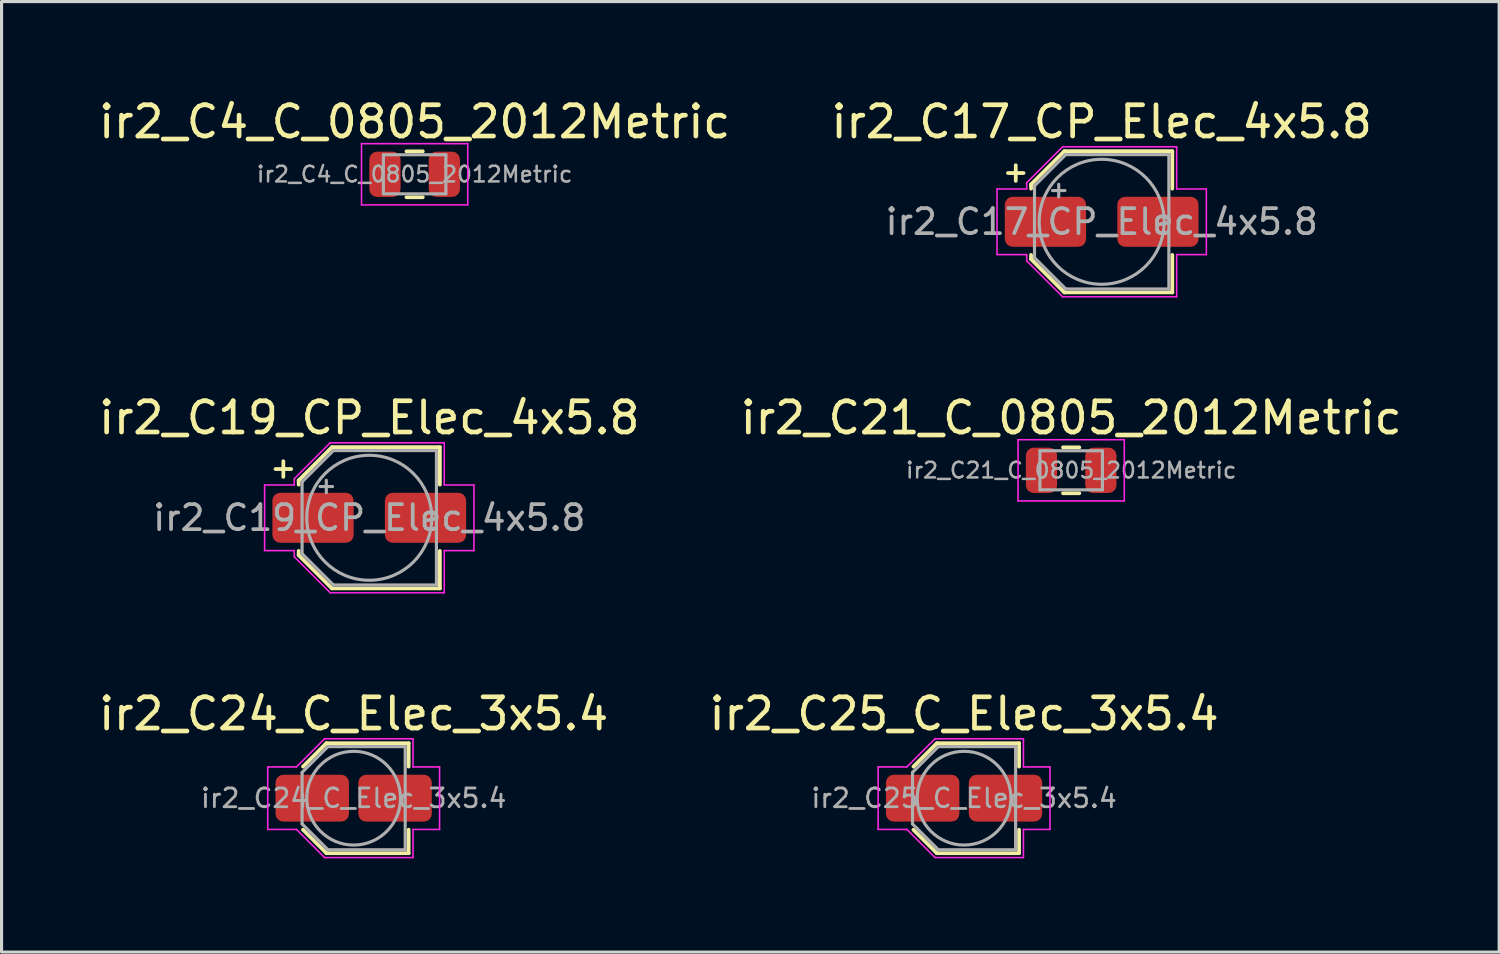
<source format=kicad_pcb>
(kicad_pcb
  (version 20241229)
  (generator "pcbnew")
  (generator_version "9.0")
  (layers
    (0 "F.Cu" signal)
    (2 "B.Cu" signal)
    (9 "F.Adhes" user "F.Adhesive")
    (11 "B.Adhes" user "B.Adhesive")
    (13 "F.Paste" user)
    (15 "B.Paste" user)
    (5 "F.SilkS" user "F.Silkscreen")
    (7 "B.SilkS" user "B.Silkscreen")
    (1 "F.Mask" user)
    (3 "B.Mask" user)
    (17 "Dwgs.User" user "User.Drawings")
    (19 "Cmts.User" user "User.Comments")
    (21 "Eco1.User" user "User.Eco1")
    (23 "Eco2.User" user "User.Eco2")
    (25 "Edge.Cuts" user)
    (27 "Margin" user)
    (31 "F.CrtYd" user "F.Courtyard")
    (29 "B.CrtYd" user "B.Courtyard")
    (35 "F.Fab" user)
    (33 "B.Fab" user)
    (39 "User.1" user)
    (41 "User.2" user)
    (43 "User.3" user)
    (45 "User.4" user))
  (footprint "ir2_C25_C_Elec_3x5.4"
    (layer "F.Cu")
    (at 27.804 22.495)
    (property "Reference" "ir2_C25_C_Elec_3x5.4" (at 0 -2.7 0) (layer "F.SilkS") (effects (font (size 1 1) (thickness 0.15))))
    (attr smd)
    (fp_line (start -1.621 -1.01) (end -0.871 -1.76) (stroke (width 0.12) (type solid)) (layer "F.SilkS"))
    (fp_line (start -1.621 1.01) (end -0.871 1.76) (stroke (width 0.12) (type solid)) (layer "F.SilkS"))
    (fp_line (start -0.871 -1.76) (end 1.76 -1.76) (stroke (width 0.12) (type solid)) (layer "F.SilkS"))
    (fp_line (start -0.871 1.76) (end 1.76 1.76) (stroke (width 0.12) (type solid)) (layer "F.SilkS"))
    (fp_line (start 1.76 -1.76) (end 1.76 -1.01) (stroke (width 0.12) (type solid)) (layer "F.SilkS"))
    (fp_line (start 1.76 1.76) (end 1.76 1.01) (stroke (width 0.12) (type solid)) (layer "F.SilkS"))
    (fp_line (start -2.75 -1) (end -2.75 1) (stroke (width 0.05) (type solid)) (layer "F.CrtYd"))
    (fp_line (start -2.75 1) (end -1.83 1) (stroke (width 0.05) (type solid)) (layer "F.CrtYd"))
    (fp_line (start -1.83 -1) (end -2.75 -1) (stroke (width 0.05) (type solid)) (layer "F.CrtYd"))
    (fp_line (start -1.83 -1) (end -0.93 -1.9) (stroke (width 0.05) (type solid)) (layer "F.CrtYd"))
    (fp_line (start -1.83 1) (end -0.93 1.9) (stroke (width 0.05) (type solid)) (layer "F.CrtYd"))
    (fp_line (start -0.93 -1.9) (end 1.9 -1.9) (stroke (width 0.05) (type solid)) (layer "F.CrtYd"))
    (fp_line (start -0.93 1.9) (end 1.9 1.9) (stroke (width 0.05) (type solid)) (layer "F.CrtYd"))
    (fp_line (start 1.9 -1.9) (end 1.9 -1) (stroke (width 0.05) (type solid)) (layer "F.CrtYd"))
    (fp_line (start 1.9 -1) (end 2.75 -1) (stroke (width 0.05) (type solid)) (layer "F.CrtYd"))
    (fp_line (start 1.9 1) (end 1.9 1.9) (stroke (width 0.05) (type solid)) (layer "F.CrtYd"))
    (fp_line (start 2.75 -1) (end 2.75 1) (stroke (width 0.05) (type solid)) (layer "F.CrtYd"))
    (fp_line (start 2.75 1) (end 1.9 1) (stroke (width 0.05) (type solid)) (layer "F.CrtYd"))
    (fp_line (start -1.65 -0.825) (end -1.65 0.825) (stroke (width 0.1) (type solid)) (layer "F.Fab"))
    (fp_line (start -1.65 -0.825) (end -0.825 -1.65) (stroke (width 0.1) (type solid)) (layer "F.Fab"))
    (fp_line (start -1.65 0.825) (end -0.825 1.65) (stroke (width 0.1) (type solid)) (layer "F.Fab"))
    (fp_line (start -0.825 -1.65) (end 1.65 -1.65) (stroke (width 0.1) (type solid)) (layer "F.Fab"))
    (fp_line (start -0.825 1.65) (end 1.65 1.65) (stroke (width 0.1) (type solid)) (layer "F.Fab"))
    (fp_line (start 1.65 -1.65) (end 1.65 1.65) (stroke (width 0.1) (type solid)) (layer "F.Fab"))
    (fp_circle (center 0 0) (end 1.5 0) (stroke (width 0.1) (type solid)) (fill no) (layer "F.Fab"))
    (fp_text user "${REFERENCE}" (at 0 0 0) (layer "F.Fab") (effects (font (size 0.6 0.6) (thickness 0.09))))
    (pad "1" smd roundrect (at -1.325 0) (size 2.35 1.5) (layers "F.Cu" "F.Mask" "F.Paste") (roundrect_rratio 0.167))
    (pad "2" smd roundrect (at 1.325 0) (size 2.35 1.5) (layers "F.Cu" "F.Mask" "F.Paste") (roundrect_rratio 0.167)))
  (footprint "ir2_C21_C_0805_2012Metric"
    (layer "F.Cu")
    (at 31.232 12.002)
    (property "Reference" "ir2_C21_C_0805_2012Metric" (at 0 -1.68 0) (layer "F.SilkS") (effects (font (size 1 1) (thickness 0.15))))
    (attr smd)
    (fp_line (start -0.261 -0.735) (end 0.261 -0.735) (stroke (width 0.12) (type solid)) (layer "F.SilkS"))
    (fp_line (start -0.261 0.735) (end 0.261 0.735) (stroke (width 0.12) (type solid)) (layer "F.SilkS"))
    (fp_line (start -1.7 -0.98) (end 1.7 -0.98) (stroke (width 0.05) (type solid)) (layer "F.CrtYd"))
    (fp_line (start -1.7 0.98) (end -1.7 -0.98) (stroke (width 0.05) (type solid)) (layer "F.CrtYd"))
    (fp_line (start 1.7 -0.98) (end 1.7 0.98) (stroke (width 0.05) (type solid)) (layer "F.CrtYd"))
    (fp_line (start 1.7 0.98) (end -1.7 0.98) (stroke (width 0.05) (type solid)) (layer "F.CrtYd"))
    (fp_line (start -1 -0.625) (end 1 -0.625) (stroke (width 0.1) (type solid)) (layer "F.Fab"))
    (fp_line (start -1 0.625) (end -1 -0.625) (stroke (width 0.1) (type solid)) (layer "F.Fab"))
    (fp_line (start 1 -0.625) (end 1 0.625) (stroke (width 0.1) (type solid)) (layer "F.Fab"))
    (fp_line (start 1 0.625) (end -1 0.625) (stroke (width 0.1) (type solid)) (layer "F.Fab"))
    (fp_text user "${REFERENCE}" (at 0 0 0) (layer "F.Fab") (effects (font (size 0.5 0.5) (thickness 0.08))))
    (pad "1" smd roundrect (at -0.95 0) (size 1 1.45) (layers "F.Cu" "F.Mask" "F.Paste") (roundrect_rratio 0.25))
    (pad "2" smd roundrect (at 0.95 0) (size 1 1.45) (layers "F.Cu" "F.Mask" "F.Paste") (roundrect_rratio 0.25)))
  (footprint "ir2_C19_CP_Elec_4x5.8"
    (layer "F.Cu")
    (at 8.768 13.521)
    (property "Reference" "ir2_C19_CP_Elec_4x5.8" (at 0 -3.2 0) (layer "F.SilkS") (effects (font (size 1 1) (thickness 0.15))))
    (attr smd)
    (fp_line (start -3 -1.56) (end -2.5 -1.56) (stroke (width 0.12) (type solid)) (layer "F.SilkS"))
    (fp_line (start -2.75 -1.81) (end -2.75 -1.31) (stroke (width 0.12) (type solid)) (layer "F.SilkS"))
    (fp_line (start -2.26 -1.196) (end -2.26 -1.06) (stroke (width 0.12) (type solid)) (layer "F.SilkS"))
    (fp_line (start -2.26 -1.196) (end -1.196 -2.26) (stroke (width 0.12) (type solid)) (layer "F.SilkS"))
    (fp_line (start -2.26 1.196) (end -2.26 1.06) (stroke (width 0.12) (type solid)) (layer "F.SilkS"))
    (fp_line (start -2.26 1.196) (end -1.196 2.26) (stroke (width 0.12) (type solid)) (layer "F.SilkS"))
    (fp_line (start -1.196 -2.26) (end 2.26 -2.26) (stroke (width 0.12) (type solid)) (layer "F.SilkS"))
    (fp_line (start -1.196 2.26) (end 2.26 2.26) (stroke (width 0.12) (type solid)) (layer "F.SilkS"))
    (fp_line (start 2.26 -2.26) (end 2.26 -1.06) (stroke (width 0.12) (type solid)) (layer "F.SilkS"))
    (fp_line (start 2.26 2.26) (end 2.26 1.06) (stroke (width 0.12) (type solid)) (layer "F.SilkS"))
    (fp_line (start -3.35 -1.05) (end -3.35 1.05) (stroke (width 0.05) (type solid)) (layer "F.CrtYd"))
    (fp_line (start -3.35 1.05) (end -2.4 1.05) (stroke (width 0.05) (type solid)) (layer "F.CrtYd"))
    (fp_line (start -2.4 -1.25) (end -2.4 -1.05) (stroke (width 0.05) (type solid)) (layer "F.CrtYd"))
    (fp_line (start -2.4 -1.25) (end -1.25 -2.4) (stroke (width 0.05) (type solid)) (layer "F.CrtYd"))
    (fp_line (start -2.4 -1.05) (end -3.35 -1.05) (stroke (width 0.05) (type solid)) (layer "F.CrtYd"))
    (fp_line (start -2.4 1.05) (end -2.4 1.25) (stroke (width 0.05) (type solid)) (layer "F.CrtYd"))
    (fp_line (start -2.4 1.25) (end -1.25 2.4) (stroke (width 0.05) (type solid)) (layer "F.CrtYd"))
    (fp_line (start -1.25 -2.4) (end 2.4 -2.4) (stroke (width 0.05) (type solid)) (layer "F.CrtYd"))
    (fp_line (start -1.25 2.4) (end 2.4 2.4) (stroke (width 0.05) (type solid)) (layer "F.CrtYd"))
    (fp_line (start 2.4 -2.4) (end 2.4 -1.05) (stroke (width 0.05) (type solid)) (layer "F.CrtYd"))
    (fp_line (start 2.4 -1.05) (end 3.35 -1.05) (stroke (width 0.05) (type solid)) (layer "F.CrtYd"))
    (fp_line (start 2.4 1.05) (end 2.4 2.4) (stroke (width 0.05) (type solid)) (layer "F.CrtYd"))
    (fp_line (start 3.35 -1.05) (end 3.35 1.05) (stroke (width 0.05) (type solid)) (layer "F.CrtYd"))
    (fp_line (start 3.35 1.05) (end 2.4 1.05) (stroke (width 0.05) (type solid)) (layer "F.CrtYd"))
    (fp_line (start -2.15 -1.15) (end -2.15 1.15) (stroke (width 0.1) (type solid)) (layer "F.Fab"))
    (fp_line (start -2.15 -1.15) (end -1.15 -2.15) (stroke (width 0.1) (type solid)) (layer "F.Fab"))
    (fp_line (start -2.15 1.15) (end -1.15 2.15) (stroke (width 0.1) (type solid)) (layer "F.Fab"))
    (fp_line (start -1.575 -1) (end -1.175 -1) (stroke (width 0.1) (type solid)) (layer "F.Fab"))
    (fp_line (start -1.375 -1.2) (end -1.375 -0.8) (stroke (width 0.1) (type solid)) (layer "F.Fab"))
    (fp_line (start -1.15 -2.15) (end 2.15 -2.15) (stroke (width 0.1) (type solid)) (layer "F.Fab"))
    (fp_line (start -1.15 2.15) (end 2.15 2.15) (stroke (width 0.1) (type solid)) (layer "F.Fab"))
    (fp_line (start 2.15 -2.15) (end 2.15 2.15) (stroke (width 0.1) (type solid)) (layer "F.Fab"))
    (fp_circle (center 0 0) (end 2 0) (stroke (width 0.1) (type solid)) (fill no) (layer "F.Fab"))
    (fp_text user "${REFERENCE}" (at 0 0 0) (layer "F.Fab") (effects (font (size 0.8 0.8) (thickness 0.12))))
    (pad "1" smd roundrect (at -1.8 0) (size 2.6 1.6) (layers "F.Cu" "F.Mask" "F.Paste") (roundrect_rratio 0.156))
    (pad "2" smd roundrect (at 1.8 0) (size 2.6 1.6) (layers "F.Cu" "F.Mask" "F.Paste") (roundrect_rratio 0.156)))
  (footprint "ir2_C17_CP_Elec_4x5.8"
    (layer "F.Cu")
    (at 32.208 4.048)
    (property "Reference" "ir2_C17_CP_Elec_4x5.8" (at 0 -3.2 0) (layer "F.SilkS") (effects (font (size 1 1) (thickness 0.15))))
    (attr smd)
    (fp_line (start -3 -1.56) (end -2.5 -1.56) (stroke (width 0.12) (type solid)) (layer "F.SilkS"))
    (fp_line (start -2.75 -1.81) (end -2.75 -1.31) (stroke (width 0.12) (type solid)) (layer "F.SilkS"))
    (fp_line (start -2.26 -1.196) (end -2.26 -1.06) (stroke (width 0.12) (type solid)) (layer "F.SilkS"))
    (fp_line (start -2.26 -1.196) (end -1.196 -2.26) (stroke (width 0.12) (type solid)) (layer "F.SilkS"))
    (fp_line (start -2.26 1.196) (end -2.26 1.06) (stroke (width 0.12) (type solid)) (layer "F.SilkS"))
    (fp_line (start -2.26 1.196) (end -1.196 2.26) (stroke (width 0.12) (type solid)) (layer "F.SilkS"))
    (fp_line (start -1.196 -2.26) (end 2.26 -2.26) (stroke (width 0.12) (type solid)) (layer "F.SilkS"))
    (fp_line (start -1.196 2.26) (end 2.26 2.26) (stroke (width 0.12) (type solid)) (layer "F.SilkS"))
    (fp_line (start 2.26 -2.26) (end 2.26 -1.06) (stroke (width 0.12) (type solid)) (layer "F.SilkS"))
    (fp_line (start 2.26 2.26) (end 2.26 1.06) (stroke (width 0.12) (type solid)) (layer "F.SilkS"))
    (fp_line (start -3.35 -1.05) (end -3.35 1.05) (stroke (width 0.05) (type solid)) (layer "F.CrtYd"))
    (fp_line (start -3.35 1.05) (end -2.4 1.05) (stroke (width 0.05) (type solid)) (layer "F.CrtYd"))
    (fp_line (start -2.4 -1.25) (end -2.4 -1.05) (stroke (width 0.05) (type solid)) (layer "F.CrtYd"))
    (fp_line (start -2.4 -1.25) (end -1.25 -2.4) (stroke (width 0.05) (type solid)) (layer "F.CrtYd"))
    (fp_line (start -2.4 -1.05) (end -3.35 -1.05) (stroke (width 0.05) (type solid)) (layer "F.CrtYd"))
    (fp_line (start -2.4 1.05) (end -2.4 1.25) (stroke (width 0.05) (type solid)) (layer "F.CrtYd"))
    (fp_line (start -2.4 1.25) (end -1.25 2.4) (stroke (width 0.05) (type solid)) (layer "F.CrtYd"))
    (fp_line (start -1.25 -2.4) (end 2.4 -2.4) (stroke (width 0.05) (type solid)) (layer "F.CrtYd"))
    (fp_line (start -1.25 2.4) (end 2.4 2.4) (stroke (width 0.05) (type solid)) (layer "F.CrtYd"))
    (fp_line (start 2.4 -2.4) (end 2.4 -1.05) (stroke (width 0.05) (type solid)) (layer "F.CrtYd"))
    (fp_line (start 2.4 -1.05) (end 3.35 -1.05) (stroke (width 0.05) (type solid)) (layer "F.CrtYd"))
    (fp_line (start 2.4 1.05) (end 2.4 2.4) (stroke (width 0.05) (type solid)) (layer "F.CrtYd"))
    (fp_line (start 3.35 -1.05) (end 3.35 1.05) (stroke (width 0.05) (type solid)) (layer "F.CrtYd"))
    (fp_line (start 3.35 1.05) (end 2.4 1.05) (stroke (width 0.05) (type solid)) (layer "F.CrtYd"))
    (fp_line (start -2.15 -1.15) (end -2.15 1.15) (stroke (width 0.1) (type solid)) (layer "F.Fab"))
    (fp_line (start -2.15 -1.15) (end -1.15 -2.15) (stroke (width 0.1) (type solid)) (layer "F.Fab"))
    (fp_line (start -2.15 1.15) (end -1.15 2.15) (stroke (width 0.1) (type solid)) (layer "F.Fab"))
    (fp_line (start -1.575 -1) (end -1.175 -1) (stroke (width 0.1) (type solid)) (layer "F.Fab"))
    (fp_line (start -1.375 -1.2) (end -1.375 -0.8) (stroke (width 0.1) (type solid)) (layer "F.Fab"))
    (fp_line (start -1.15 -2.15) (end 2.15 -2.15) (stroke (width 0.1) (type solid)) (layer "F.Fab"))
    (fp_line (start -1.15 2.15) (end 2.15 2.15) (stroke (width 0.1) (type solid)) (layer "F.Fab"))
    (fp_line (start 2.15 -2.15) (end 2.15 2.15) (stroke (width 0.1) (type solid)) (layer "F.Fab"))
    (fp_circle (center 0 0) (end 2 0) (stroke (width 0.1) (type solid)) (fill no) (layer "F.Fab"))
    (fp_text user "${REFERENCE}" (at 0 0 0) (layer "F.Fab") (effects (font (size 0.8 0.8) (thickness 0.12))))
    (pad "1" smd roundrect (at -1.8 0) (size 2.6 1.6) (layers "F.Cu" "F.Mask" "F.Paste") (roundrect_rratio 0.156))
    (pad "2" smd roundrect (at 1.8 0) (size 2.6 1.6) (layers "F.Cu" "F.Mask" "F.Paste") (roundrect_rratio 0.156)))
  (footprint "ir2_C4_C_0805_2012Metric"
    (layer "F.Cu")
    (at 10.22 2.528)
    (property "Reference" "ir2_C4_C_0805_2012Metric" (at 0 -1.68 0) (layer "F.SilkS") (effects (font (size 1 1) (thickness 0.15))))
    (attr smd)
    (fp_line (start -0.261 -0.735) (end 0.261 -0.735) (stroke (width 0.12) (type solid)) (layer "F.SilkS"))
    (fp_line (start -0.261 0.735) (end 0.261 0.735) (stroke (width 0.12) (type solid)) (layer "F.SilkS"))
    (fp_line (start -1.7 -0.98) (end 1.7 -0.98) (stroke (width 0.05) (type solid)) (layer "F.CrtYd"))
    (fp_line (start -1.7 0.98) (end -1.7 -0.98) (stroke (width 0.05) (type solid)) (layer "F.CrtYd"))
    (fp_line (start 1.7 -0.98) (end 1.7 0.98) (stroke (width 0.05) (type solid)) (layer "F.CrtYd"))
    (fp_line (start 1.7 0.98) (end -1.7 0.98) (stroke (width 0.05) (type solid)) (layer "F.CrtYd"))
    (fp_line (start -1 -0.625) (end 1 -0.625) (stroke (width 0.1) (type solid)) (layer "F.Fab"))
    (fp_line (start -1 0.625) (end -1 -0.625) (stroke (width 0.1) (type solid)) (layer "F.Fab"))
    (fp_line (start 1 -0.625) (end 1 0.625) (stroke (width 0.1) (type solid)) (layer "F.Fab"))
    (fp_line (start 1 0.625) (end -1 0.625) (stroke (width 0.1) (type solid)) (layer "F.Fab"))
    (fp_text user "${REFERENCE}" (at 0 0 0) (layer "F.Fab") (effects (font (size 0.5 0.5) (thickness 0.08))))
    (pad "1" smd roundrect (at -0.95 0) (size 1 1.45) (layers "F.Cu" "F.Mask" "F.Paste") (roundrect_rratio 0.25))
    (pad "2" smd roundrect (at 0.95 0) (size 1 1.45) (layers "F.Cu" "F.Mask" "F.Paste") (roundrect_rratio 0.25)))
  (footprint "ir2_C24_C_Elec_3x5.4"
    (layer "F.Cu")
    (at 8.268 22.495)
    (property "Reference" "ir2_C24_C_Elec_3x5.4" (at 0 -2.7 0) (layer "F.SilkS") (effects (font (size 1 1) (thickness 0.15))))
    (attr smd)
    (fp_line (start -1.621 -1.01) (end -0.871 -1.76) (stroke (width 0.12) (type solid)) (layer "F.SilkS"))
    (fp_line (start -1.621 1.01) (end -0.871 1.76) (stroke (width 0.12) (type solid)) (layer "F.SilkS"))
    (fp_line (start -0.871 -1.76) (end 1.76 -1.76) (stroke (width 0.12) (type solid)) (layer "F.SilkS"))
    (fp_line (start -0.871 1.76) (end 1.76 1.76) (stroke (width 0.12) (type solid)) (layer "F.SilkS"))
    (fp_line (start 1.76 -1.76) (end 1.76 -1.01) (stroke (width 0.12) (type solid)) (layer "F.SilkS"))
    (fp_line (start 1.76 1.76) (end 1.76 1.01) (stroke (width 0.12) (type solid)) (layer "F.SilkS"))
    (fp_line (start -2.75 -1) (end -2.75 1) (stroke (width 0.05) (type solid)) (layer "F.CrtYd"))
    (fp_line (start -2.75 1) (end -1.83 1) (stroke (width 0.05) (type solid)) (layer "F.CrtYd"))
    (fp_line (start -1.83 -1) (end -2.75 -1) (stroke (width 0.05) (type solid)) (layer "F.CrtYd"))
    (fp_line (start -1.83 -1) (end -0.93 -1.9) (stroke (width 0.05) (type solid)) (layer "F.CrtYd"))
    (fp_line (start -1.83 1) (end -0.93 1.9) (stroke (width 0.05) (type solid)) (layer "F.CrtYd"))
    (fp_line (start -0.93 -1.9) (end 1.9 -1.9) (stroke (width 0.05) (type solid)) (layer "F.CrtYd"))
    (fp_line (start -0.93 1.9) (end 1.9 1.9) (stroke (width 0.05) (type solid)) (layer "F.CrtYd"))
    (fp_line (start 1.9 -1.9) (end 1.9 -1) (stroke (width 0.05) (type solid)) (layer "F.CrtYd"))
    (fp_line (start 1.9 -1) (end 2.75 -1) (stroke (width 0.05) (type solid)) (layer "F.CrtYd"))
    (fp_line (start 1.9 1) (end 1.9 1.9) (stroke (width 0.05) (type solid)) (layer "F.CrtYd"))
    (fp_line (start 2.75 -1) (end 2.75 1) (stroke (width 0.05) (type solid)) (layer "F.CrtYd"))
    (fp_line (start 2.75 1) (end 1.9 1) (stroke (width 0.05) (type solid)) (layer "F.CrtYd"))
    (fp_line (start -1.65 -0.825) (end -1.65 0.825) (stroke (width 0.1) (type solid)) (layer "F.Fab"))
    (fp_line (start -1.65 -0.825) (end -0.825 -1.65) (stroke (width 0.1) (type solid)) (layer "F.Fab"))
    (fp_line (start -1.65 0.825) (end -0.825 1.65) (stroke (width 0.1) (type solid)) (layer "F.Fab"))
    (fp_line (start -0.825 -1.65) (end 1.65 -1.65) (stroke (width 0.1) (type solid)) (layer "F.Fab"))
    (fp_line (start -0.825 1.65) (end 1.65 1.65) (stroke (width 0.1) (type solid)) (layer "F.Fab"))
    (fp_line (start 1.65 -1.65) (end 1.65 1.65) (stroke (width 0.1) (type solid)) (layer "F.Fab"))
    (fp_circle (center 0 0) (end 1.5 0) (stroke (width 0.1) (type solid)) (fill no) (layer "F.Fab"))
    (fp_text user "${REFERENCE}" (at 0 0 0) (layer "F.Fab") (effects (font (size 0.6 0.6) (thickness 0.09))))
    (pad "1" smd roundrect (at -1.325 0) (size 2.35 1.5) (layers "F.Cu" "F.Mask" "F.Paste") (roundrect_rratio 0.167))
    (pad "2" smd roundrect (at 1.325 0) (size 2.35 1.5) (layers "F.Cu" "F.Mask" "F.Paste") (roundrect_rratio 0.167)))
  (gr_rect
    (start -3 -3)
    (end 44.929 27.42)
    (stroke (width 0.1) (type default))
    (fill no)
    (layer "Edge.Cuts")))
</source>
